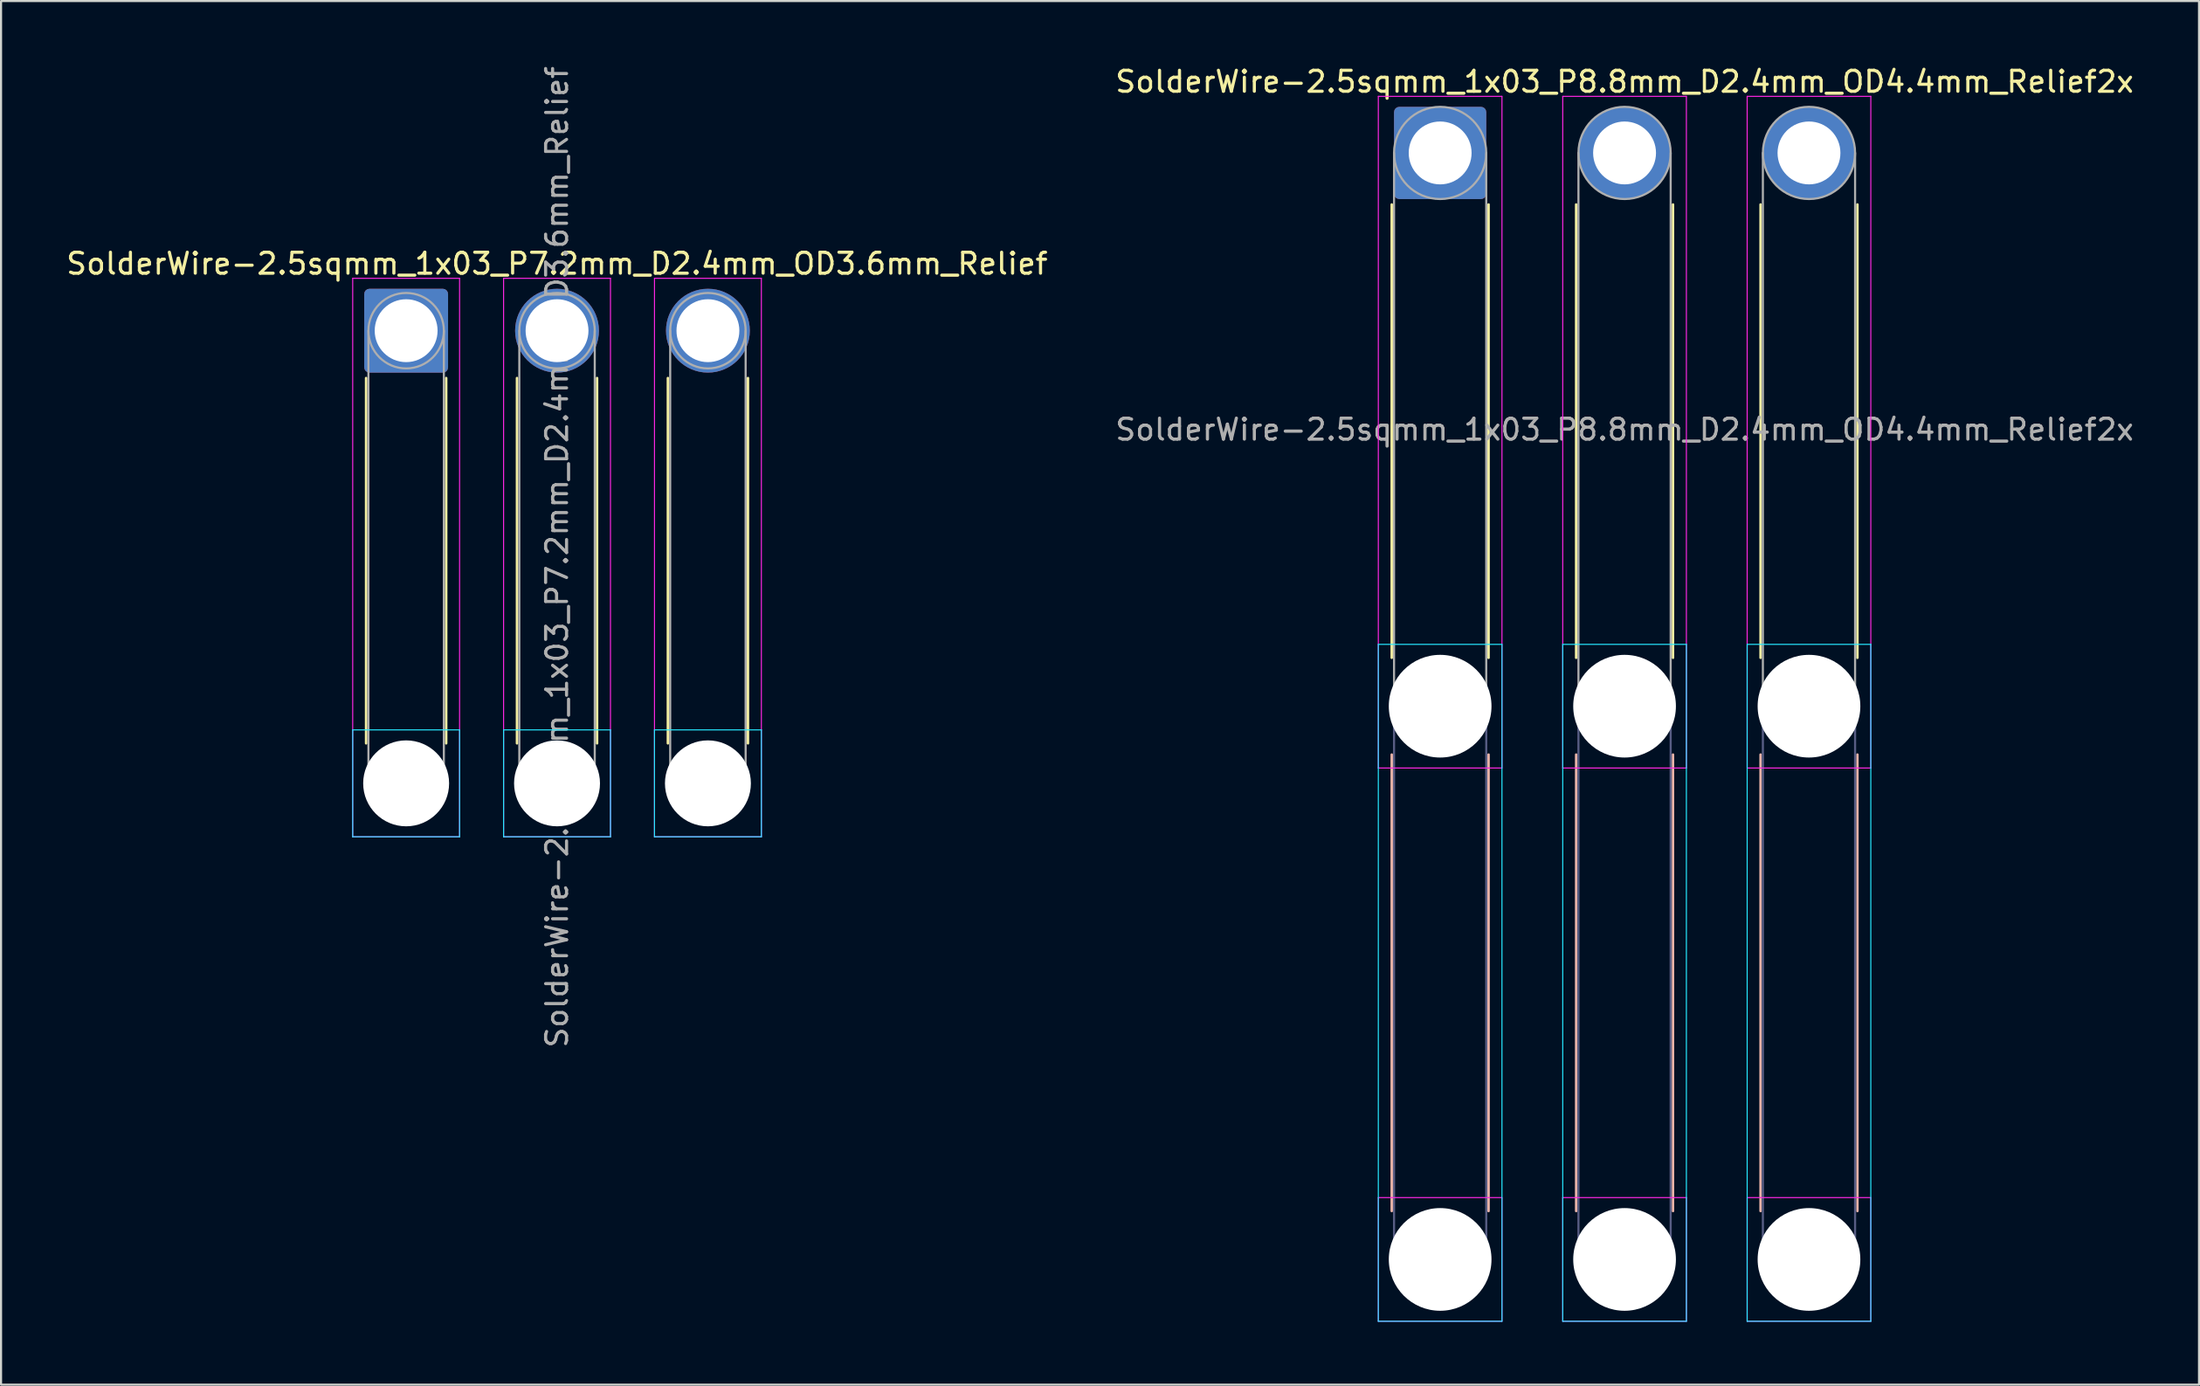
<source format=kicad_pcb>
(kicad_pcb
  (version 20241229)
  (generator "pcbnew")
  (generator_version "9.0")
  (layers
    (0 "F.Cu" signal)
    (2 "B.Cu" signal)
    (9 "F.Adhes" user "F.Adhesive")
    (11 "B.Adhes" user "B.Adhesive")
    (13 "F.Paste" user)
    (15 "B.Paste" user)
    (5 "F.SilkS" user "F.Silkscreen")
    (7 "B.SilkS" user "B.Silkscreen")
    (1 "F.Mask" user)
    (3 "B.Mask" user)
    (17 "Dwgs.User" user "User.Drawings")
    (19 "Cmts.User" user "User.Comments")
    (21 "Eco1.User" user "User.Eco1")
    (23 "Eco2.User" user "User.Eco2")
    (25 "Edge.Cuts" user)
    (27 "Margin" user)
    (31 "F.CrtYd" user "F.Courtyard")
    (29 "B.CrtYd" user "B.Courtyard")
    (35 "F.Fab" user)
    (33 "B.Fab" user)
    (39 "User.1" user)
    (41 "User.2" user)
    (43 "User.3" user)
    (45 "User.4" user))
  (footprint "SolderWire-2.5sqmm_1x03_P7.2mm_D2.4mm_OD3.6mm_Relief"
    (layer "F.Cu")
    (at 16.33 12.73)
    (property "Reference" "SolderWire-2.5sqmm_1x03_P7.2mm_D2.4mm_OD3.6mm_Relief" (at 7.2 -3.2 0) (layer "F.SilkS") (effects (font (size 1 1) (thickness 0.15))))
    (attr exclude_from_pos_files exclude_from_bom)
    (fp_line (start -1.91 2.26) (end -1.91 19.69) (stroke (width 0.12) (type solid)) (layer "F.SilkS"))
    (fp_line (start 1.91 2.26) (end 1.91 19.69) (stroke (width 0.12) (type solid)) (layer "F.SilkS"))
    (fp_line (start 5.29 2.26) (end 5.29 19.69) (stroke (width 0.12) (type solid)) (layer "F.SilkS"))
    (fp_line (start 9.11 2.26) (end 9.11 19.69) (stroke (width 0.12) (type solid)) (layer "F.SilkS"))
    (fp_line (start 12.49 2.26) (end 12.49 19.69) (stroke (width 0.12) (type solid)) (layer "F.SilkS"))
    (fp_line (start 16.31 2.26) (end 16.31 19.69) (stroke (width 0.12) (type solid)) (layer "F.SilkS"))
    (fp_line (start -2.55 19.05) (end -2.55 24.15) (stroke (width 0.05) (type solid)) (layer "B.CrtYd"))
    (fp_line (start -2.55 24.15) (end 2.55 24.15) (stroke (width 0.05) (type solid)) (layer "B.CrtYd"))
    (fp_line (start 2.55 19.05) (end -2.55 19.05) (stroke (width 0.05) (type solid)) (layer "B.CrtYd"))
    (fp_line (start 2.55 24.15) (end 2.55 19.05) (stroke (width 0.05) (type solid)) (layer "B.CrtYd"))
    (fp_line (start 4.65 19.05) (end 4.65 24.15) (stroke (width 0.05) (type solid)) (layer "B.CrtYd"))
    (fp_line (start 4.65 24.15) (end 9.75 24.15) (stroke (width 0.05) (type solid)) (layer "B.CrtYd"))
    (fp_line (start 9.75 19.05) (end 4.65 19.05) (stroke (width 0.05) (type solid)) (layer "B.CrtYd"))
    (fp_line (start 9.75 24.15) (end 9.75 19.05) (stroke (width 0.05) (type solid)) (layer "B.CrtYd"))
    (fp_line (start 11.85 19.05) (end 11.85 24.15) (stroke (width 0.05) (type solid)) (layer "B.CrtYd"))
    (fp_line (start 11.85 24.15) (end 16.95 24.15) (stroke (width 0.05) (type solid)) (layer "B.CrtYd"))
    (fp_line (start 16.95 19.05) (end 11.85 19.05) (stroke (width 0.05) (type solid)) (layer "B.CrtYd"))
    (fp_line (start 16.95 24.15) (end 16.95 19.05) (stroke (width 0.05) (type solid)) (layer "B.CrtYd"))
    (fp_line (start -2.55 -2.5) (end -2.55 24.15) (stroke (width 0.05) (type solid)) (layer "F.CrtYd"))
    (fp_line (start -2.55 24.15) (end 2.55 24.15) (stroke (width 0.05) (type solid)) (layer "F.CrtYd"))
    (fp_line (start 2.55 -2.5) (end -2.55 -2.5) (stroke (width 0.05) (type solid)) (layer "F.CrtYd"))
    (fp_line (start 2.55 24.15) (end 2.55 -2.5) (stroke (width 0.05) (type solid)) (layer "F.CrtYd"))
    (fp_line (start 4.65 -2.5) (end 4.65 24.15) (stroke (width 0.05) (type solid)) (layer "F.CrtYd"))
    (fp_line (start 4.65 24.15) (end 9.75 24.15) (stroke (width 0.05) (type solid)) (layer "F.CrtYd"))
    (fp_line (start 9.75 -2.5) (end 4.65 -2.5) (stroke (width 0.05) (type solid)) (layer "F.CrtYd"))
    (fp_line (start 9.75 24.15) (end 9.75 -2.5) (stroke (width 0.05) (type solid)) (layer "F.CrtYd"))
    (fp_line (start 11.85 -2.5) (end 11.85 24.15) (stroke (width 0.05) (type solid)) (layer "F.CrtYd"))
    (fp_line (start 11.85 24.15) (end 16.95 24.15) (stroke (width 0.05) (type solid)) (layer "F.CrtYd"))
    (fp_line (start 16.95 -2.5) (end 11.85 -2.5) (stroke (width 0.05) (type solid)) (layer "F.CrtYd"))
    (fp_line (start 16.95 24.15) (end 16.95 -2.5) (stroke (width 0.05) (type solid)) (layer "F.CrtYd"))
    (fp_line (start -1.8 0) (end -1.8 21.6) (stroke (width 0.1) (type solid)) (layer "F.Fab"))
    (fp_line (start 1.8 0) (end 1.8 21.6) (stroke (width 0.1) (type solid)) (layer "F.Fab"))
    (fp_line (start 5.4 0) (end 5.4 21.6) (stroke (width 0.1) (type solid)) (layer "F.Fab"))
    (fp_line (start 9 0) (end 9 21.6) (stroke (width 0.1) (type solid)) (layer "F.Fab"))
    (fp_line (start 12.6 0) (end 12.6 21.6) (stroke (width 0.1) (type solid)) (layer "F.Fab"))
    (fp_line (start 16.2 0) (end 16.2 21.6) (stroke (width 0.1) (type solid)) (layer "F.Fab"))
    (fp_circle (center 0 0) (end 1.8 0) (stroke (width 0.1) (type solid)) (fill no) (layer "F.Fab"))
    (fp_circle (center 0 21.6) (end 1.8 21.6) (stroke (width 0.1) (type solid)) (fill no) (layer "F.Fab"))
    (fp_circle (center 7.2 0) (end 9 0) (stroke (width 0.1) (type solid)) (fill no) (layer "F.Fab"))
    (fp_circle (center 7.2 21.6) (end 9 21.6) (stroke (width 0.1) (type solid)) (fill no) (layer "F.Fab"))
    (fp_circle (center 14.4 0) (end 16.2 0) (stroke (width 0.1) (type solid)) (fill no) (layer "F.Fab"))
    (fp_circle (center 14.4 21.6) (end 16.2 21.6) (stroke (width 0.1) (type solid)) (fill no) (layer "F.Fab"))
    (fp_text user "${REFERENCE}" (at 7.2 10.8 90) (layer "F.Fab") (effects (font (size 1 1) (thickness 0.15))))
    (pad "" np_thru_hole circle (at 0 21.6) (size 4.1 4.1) (drill 4.1) (layers "*.Cu" "*.Mask"))
    (pad "" np_thru_hole circle (at 7.2 21.6) (size 4.1 4.1) (drill 4.1) (layers "*.Cu" "*.Mask"))
    (pad "" np_thru_hole circle (at 14.4 21.6) (size 4.1 4.1) (drill 4.1) (layers "*.Cu" "*.Mask"))
    (pad "1" thru_hole roundrect (at 0 0) (size 4 4) (drill 3) (layers "*.Cu" "*.Mask") (roundrect_rratio 0.062))
    (pad "2" thru_hole circle (at 7.2 0) (size 4 4) (drill 3) (layers "*.Cu" "*.Mask"))
    (pad "3" thru_hole circle (at 14.4 0) (size 4 4) (drill 3) (layers "*.Cu" "*.Mask")))
  (footprint "SolderWire-2.5sqmm_1x03_P8.8mm_D2.4mm_OD4.4mm_Relief2x"
    (layer "F.Cu")
    (at 65.67 4.248)
    (property "Reference" "SolderWire-2.5sqmm_1x03_P8.8mm_D2.4mm_OD4.4mm_Relief2x" (at 8.8 -3.4 0) (layer "F.SilkS") (effects (font (size 1 1) (thickness 0.15))))
    (attr exclude_from_pos_files exclude_from_bom)
    (fp_line (start -2.31 2.46) (end -2.31 24.09) (stroke (width 0.12) (type solid)) (layer "F.SilkS"))
    (fp_line (start 2.31 2.46) (end 2.31 24.09) (stroke (width 0.12) (type solid)) (layer "F.SilkS"))
    (fp_line (start 6.49 2.46) (end 6.49 24.09) (stroke (width 0.12) (type solid)) (layer "F.SilkS"))
    (fp_line (start 11.11 2.46) (end 11.11 24.09) (stroke (width 0.12) (type solid)) (layer "F.SilkS"))
    (fp_line (start 15.29 2.46) (end 15.29 24.09) (stroke (width 0.12) (type solid)) (layer "F.SilkS"))
    (fp_line (start 19.91 2.46) (end 19.91 24.09) (stroke (width 0.12) (type solid)) (layer "F.SilkS"))
    (fp_line (start -2.31 28.71) (end -2.31 50.49) (stroke (width 0.12) (type solid)) (layer "B.SilkS"))
    (fp_line (start 2.31 28.71) (end 2.31 50.49) (stroke (width 0.12) (type solid)) (layer "B.SilkS"))
    (fp_line (start 6.49 28.71) (end 6.49 50.49) (stroke (width 0.12) (type solid)) (layer "B.SilkS"))
    (fp_line (start 11.11 28.71) (end 11.11 50.49) (stroke (width 0.12) (type solid)) (layer "B.SilkS"))
    (fp_line (start 15.29 28.71) (end 15.29 50.49) (stroke (width 0.12) (type solid)) (layer "B.SilkS"))
    (fp_line (start 19.91 28.71) (end 19.91 50.49) (stroke (width 0.12) (type solid)) (layer "B.SilkS"))
    (fp_line (start -2.95 23.45) (end -2.95 55.75) (stroke (width 0.05) (type solid)) (layer "B.CrtYd"))
    (fp_line (start -2.95 55.75) (end 2.95 55.75) (stroke (width 0.05) (type solid)) (layer "B.CrtYd"))
    (fp_line (start 2.95 23.45) (end -2.95 23.45) (stroke (width 0.05) (type solid)) (layer "B.CrtYd"))
    (fp_line (start 2.95 55.75) (end 2.95 23.45) (stroke (width 0.05) (type solid)) (layer "B.CrtYd"))
    (fp_line (start 5.85 23.45) (end 5.85 55.75) (stroke (width 0.05) (type solid)) (layer "B.CrtYd"))
    (fp_line (start 5.85 55.75) (end 11.75 55.75) (stroke (width 0.05) (type solid)) (layer "B.CrtYd"))
    (fp_line (start 11.75 23.45) (end 5.85 23.45) (stroke (width 0.05) (type solid)) (layer "B.CrtYd"))
    (fp_line (start 11.75 55.75) (end 11.75 23.45) (stroke (width 0.05) (type solid)) (layer "B.CrtYd"))
    (fp_line (start 14.65 23.45) (end 14.65 55.75) (stroke (width 0.05) (type solid)) (layer "B.CrtYd"))
    (fp_line (start 14.65 55.75) (end 20.55 55.75) (stroke (width 0.05) (type solid)) (layer "B.CrtYd"))
    (fp_line (start 20.55 23.45) (end 14.65 23.45) (stroke (width 0.05) (type solid)) (layer "B.CrtYd"))
    (fp_line (start 20.55 55.75) (end 20.55 23.45) (stroke (width 0.05) (type solid)) (layer "B.CrtYd"))
    (fp_line (start -2.95 -2.7) (end -2.95 29.35) (stroke (width 0.05) (type solid)) (layer "F.CrtYd"))
    (fp_line (start -2.95 29.35) (end 2.95 29.35) (stroke (width 0.05) (type solid)) (layer "F.CrtYd"))
    (fp_line (start -2.95 49.85) (end -2.95 55.75) (stroke (width 0.05) (type solid)) (layer "F.CrtYd"))
    (fp_line (start -2.95 55.75) (end 2.95 55.75) (stroke (width 0.05) (type solid)) (layer "F.CrtYd"))
    (fp_line (start 2.95 -2.7) (end -2.95 -2.7) (stroke (width 0.05) (type solid)) (layer "F.CrtYd"))
    (fp_line (start 2.95 29.35) (end 2.95 -2.7) (stroke (width 0.05) (type solid)) (layer "F.CrtYd"))
    (fp_line (start 2.95 49.85) (end -2.95 49.85) (stroke (width 0.05) (type solid)) (layer "F.CrtYd"))
    (fp_line (start 2.95 55.75) (end 2.95 49.85) (stroke (width 0.05) (type solid)) (layer "F.CrtYd"))
    (fp_line (start 5.85 -2.7) (end 5.85 29.35) (stroke (width 0.05) (type solid)) (layer "F.CrtYd"))
    (fp_line (start 5.85 29.35) (end 11.75 29.35) (stroke (width 0.05) (type solid)) (layer "F.CrtYd"))
    (fp_line (start 5.85 49.85) (end 5.85 55.75) (stroke (width 0.05) (type solid)) (layer "F.CrtYd"))
    (fp_line (start 5.85 55.75) (end 11.75 55.75) (stroke (width 0.05) (type solid)) (layer "F.CrtYd"))
    (fp_line (start 11.75 -2.7) (end 5.85 -2.7) (stroke (width 0.05) (type solid)) (layer "F.CrtYd"))
    (fp_line (start 11.75 29.35) (end 11.75 -2.7) (stroke (width 0.05) (type solid)) (layer "F.CrtYd"))
    (fp_line (start 11.75 49.85) (end 5.85 49.85) (stroke (width 0.05) (type solid)) (layer "F.CrtYd"))
    (fp_line (start 11.75 55.75) (end 11.75 49.85) (stroke (width 0.05) (type solid)) (layer "F.CrtYd"))
    (fp_line (start 14.65 -2.7) (end 14.65 29.35) (stroke (width 0.05) (type solid)) (layer "F.CrtYd"))
    (fp_line (start 14.65 29.35) (end 20.55 29.35) (stroke (width 0.05) (type solid)) (layer "F.CrtYd"))
    (fp_line (start 14.65 49.85) (end 14.65 55.75) (stroke (width 0.05) (type solid)) (layer "F.CrtYd"))
    (fp_line (start 14.65 55.75) (end 20.55 55.75) (stroke (width 0.05) (type solid)) (layer "F.CrtYd"))
    (fp_line (start 20.55 -2.7) (end 14.65 -2.7) (stroke (width 0.05) (type solid)) (layer "F.CrtYd"))
    (fp_line (start 20.55 29.35) (end 20.55 -2.7) (stroke (width 0.05) (type solid)) (layer "F.CrtYd"))
    (fp_line (start 20.55 49.85) (end 14.65 49.85) (stroke (width 0.05) (type solid)) (layer "F.CrtYd"))
    (fp_line (start 20.55 55.75) (end 20.55 49.85) (stroke (width 0.05) (type solid)) (layer "F.CrtYd"))
    (fp_line (start -2.2 26.4) (end -2.2 52.8) (stroke (width 0.1) (type solid)) (layer "B.Fab"))
    (fp_line (start 2.2 26.4) (end 2.2 52.8) (stroke (width 0.1) (type solid)) (layer "B.Fab"))
    (fp_line (start 6.6 26.4) (end 6.6 52.8) (stroke (width 0.1) (type solid)) (layer "B.Fab"))
    (fp_line (start 11 26.4) (end 11 52.8) (stroke (width 0.1) (type solid)) (layer "B.Fab"))
    (fp_line (start 15.4 26.4) (end 15.4 52.8) (stroke (width 0.1) (type solid)) (layer "B.Fab"))
    (fp_line (start 19.8 26.4) (end 19.8 52.8) (stroke (width 0.1) (type solid)) (layer "B.Fab"))
    (fp_circle (center 0 26.4) (end 2.2 26.4) (stroke (width 0.1) (type solid)) (fill no) (layer "B.Fab"))
    (fp_circle (center 0 52.8) (end 2.2 52.8) (stroke (width 0.1) (type solid)) (fill no) (layer "B.Fab"))
    (fp_circle (center 8.8 26.4) (end 11 26.4) (stroke (width 0.1) (type solid)) (fill no) (layer "B.Fab"))
    (fp_circle (center 8.8 52.8) (end 11 52.8) (stroke (width 0.1) (type solid)) (fill no) (layer "B.Fab"))
    (fp_circle (center 17.6 26.4) (end 19.8 26.4) (stroke (width 0.1) (type solid)) (fill no) (layer "B.Fab"))
    (fp_circle (center 17.6 52.8) (end 19.8 52.8) (stroke (width 0.1) (type solid)) (fill no) (layer "B.Fab"))
    (fp_line (start -2.2 0) (end -2.2 26.4) (stroke (width 0.1) (type solid)) (layer "F.Fab"))
    (fp_line (start 2.2 0) (end 2.2 26.4) (stroke (width 0.1) (type solid)) (layer "F.Fab"))
    (fp_line (start 6.6 0) (end 6.6 26.4) (stroke (width 0.1) (type solid)) (layer "F.Fab"))
    (fp_line (start 11 0) (end 11 26.4) (stroke (width 0.1) (type solid)) (layer "F.Fab"))
    (fp_line (start 15.4 0) (end 15.4 26.4) (stroke (width 0.1) (type solid)) (layer "F.Fab"))
    (fp_line (start 19.8 0) (end 19.8 26.4) (stroke (width 0.1) (type solid)) (layer "F.Fab"))
    (fp_circle (center 0 0) (end 2.2 0) (stroke (width 0.1) (type solid)) (fill no) (layer "F.Fab"))
    (fp_circle (center 0 26.4) (end 2.2 26.4) (stroke (width 0.1) (type solid)) (fill no) (layer "F.Fab"))
    (fp_circle (center 0 52.8) (end 2.2 52.8) (stroke (width 0.1) (type solid)) (fill no) (layer "F.Fab"))
    (fp_circle (center 8.8 0) (end 11 0) (stroke (width 0.1) (type solid)) (fill no) (layer "F.Fab"))
    (fp_circle (center 8.8 26.4) (end 11 26.4) (stroke (width 0.1) (type solid)) (fill no) (layer "F.Fab"))
    (fp_circle (center 8.8 52.8) (end 11 52.8) (stroke (width 0.1) (type solid)) (fill no) (layer "F.Fab"))
    (fp_circle (center 17.6 0) (end 19.8 0) (stroke (width 0.1) (type solid)) (fill no) (layer "F.Fab"))
    (fp_circle (center 17.6 26.4) (end 19.8 26.4) (stroke (width 0.1) (type solid)) (fill no) (layer "F.Fab"))
    (fp_circle (center 17.6 52.8) (end 19.8 52.8) (stroke (width 0.1) (type solid)) (fill no) (layer "F.Fab"))
    (fp_text user "${REFERENCE}" (at 8.8 13.2 0) (layer "F.Fab") (effects (font (size 1 1) (thickness 0.15))))
    (pad "" np_thru_hole circle (at 0 26.4) (size 4.9 4.9) (drill 4.9) (layers "*.Cu" "*.Mask"))
    (pad "" np_thru_hole circle (at 0 52.8) (size 4.9 4.9) (drill 4.9) (layers "*.Cu" "*.Mask"))
    (pad "" np_thru_hole circle (at 8.8 26.4) (size 4.9 4.9) (drill 4.9) (layers "*.Cu" "*.Mask"))
    (pad "" np_thru_hole circle (at 8.8 52.8) (size 4.9 4.9) (drill 4.9) (layers "*.Cu" "*.Mask"))
    (pad "" np_thru_hole circle (at 17.6 26.4) (size 4.9 4.9) (drill 4.9) (layers "*.Cu" "*.Mask"))
    (pad "" np_thru_hole circle (at 17.6 52.8) (size 4.9 4.9) (drill 4.9) (layers "*.Cu" "*.Mask"))
    (pad "1" thru_hole roundrect (at 0 0) (size 4.4 4.4) (drill 3) (layers "*.Cu" "*.Mask") (roundrect_rratio 0.057))
    (pad "2" thru_hole circle (at 8.8 0) (size 4.4 4.4) (drill 3) (layers "*.Cu" "*.Mask"))
    (pad "3" thru_hole circle (at 17.6 0) (size 4.4 4.4) (drill 3) (layers "*.Cu" "*.Mask")))
  (gr_rect
    (start -3 -3)
    (end 101.881 63.023)
    (stroke (width 0.1) (type default))
    (fill no)
    (layer "Edge.Cuts")))
</source>
